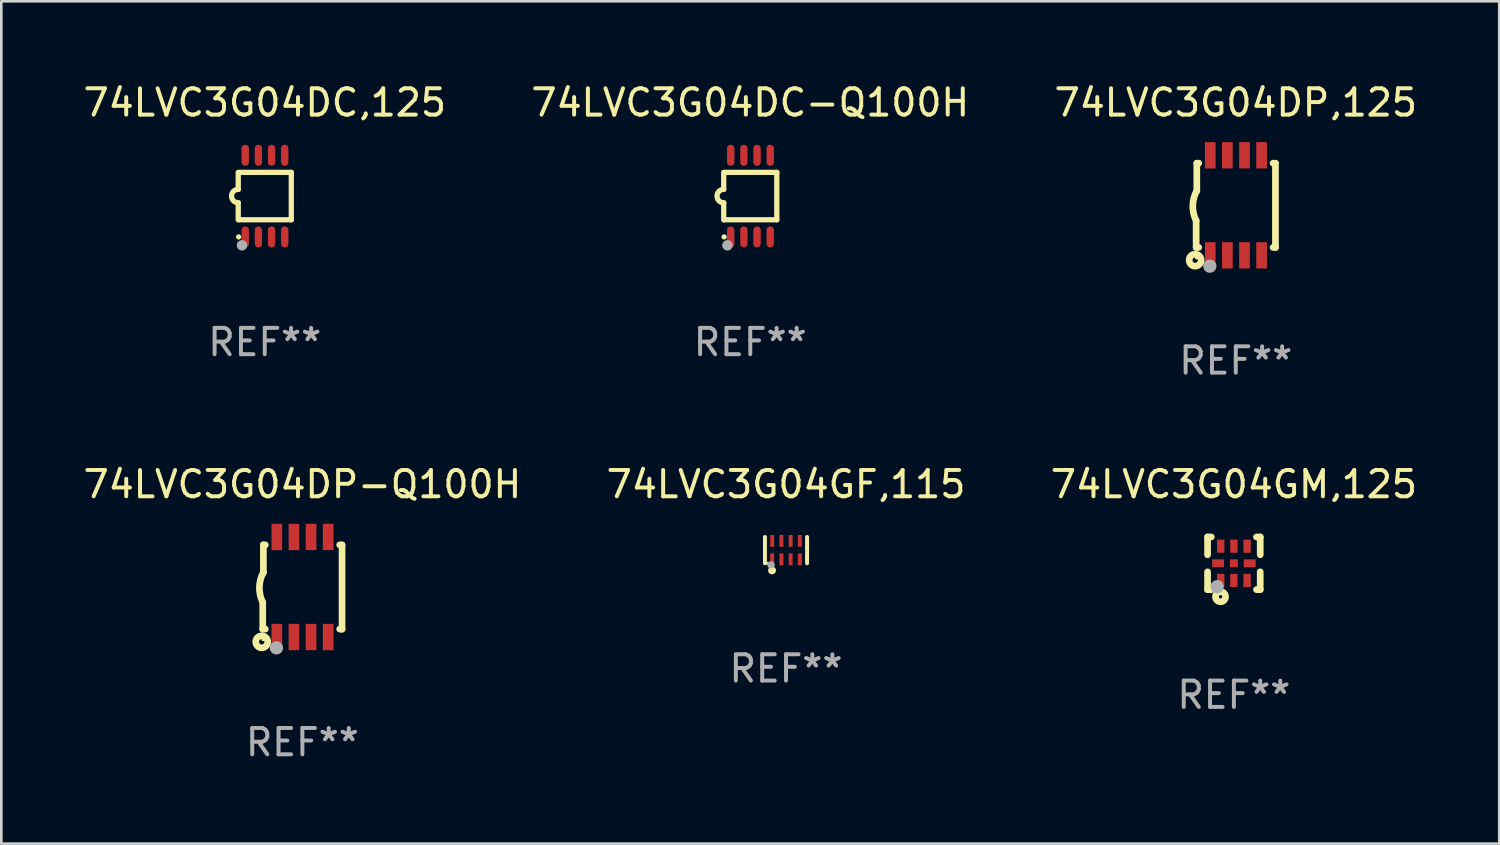
<source format=kicad_pcb>
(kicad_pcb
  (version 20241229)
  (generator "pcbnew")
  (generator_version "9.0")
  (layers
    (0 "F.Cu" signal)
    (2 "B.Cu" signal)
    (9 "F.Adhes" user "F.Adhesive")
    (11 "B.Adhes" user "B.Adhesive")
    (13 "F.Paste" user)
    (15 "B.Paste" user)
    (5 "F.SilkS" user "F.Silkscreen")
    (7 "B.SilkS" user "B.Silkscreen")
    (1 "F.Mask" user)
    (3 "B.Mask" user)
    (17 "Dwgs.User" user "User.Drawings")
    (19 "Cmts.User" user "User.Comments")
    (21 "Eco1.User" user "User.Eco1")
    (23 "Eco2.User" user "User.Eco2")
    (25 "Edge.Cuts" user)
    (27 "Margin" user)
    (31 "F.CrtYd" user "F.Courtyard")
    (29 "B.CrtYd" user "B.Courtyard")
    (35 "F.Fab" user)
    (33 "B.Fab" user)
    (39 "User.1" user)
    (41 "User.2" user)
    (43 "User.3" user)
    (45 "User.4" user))
  (footprint "74LVC3G04DP-Q100H"
    (layer "F.Cu")
    (at 8.435 19.245)
    (property "Reference" "74LVC3G04DP-Q100H" (at 0 -3.9 0) (layer "F.SilkS") (effects (font (size 1 1) (thickness 0.15))))
    (attr through_hole)
    (fp_line (start -1.506 1.6) (end -1.506 0.584) (stroke (width 0.254) (type solid)) (layer "F.SilkS"))
    (fp_line (start -1.506 1.6) (end -1.407 1.6) (stroke (width 0.254) (type solid)) (layer "F.SilkS"))
    (fp_line (start -1.481 -1.599) (end -1.481 -0.549) (stroke (width 0.254) (type solid)) (layer "F.SilkS"))
    (fp_line (start -1.481 -1.599) (end -1.407 -1.599) (stroke (width 0.254) (type solid)) (layer "F.SilkS"))
    (fp_line (start 1.417 -1.599) (end 1.506 -1.599) (stroke (width 0.254) (type solid)) (layer "F.SilkS"))
    (fp_line (start 1.417 1.6) (end 1.506 1.6) (stroke (width 0.254) (type solid)) (layer "F.SilkS"))
    (fp_line (start 1.506 1.603) (end 1.506 -1.595) (stroke (width 0.254) (type solid)) (layer "F.SilkS"))
    (fp_arc (start -1.506223 0.584328) (mid -1.632455 0.00974) (end -1.480823 -0.558674) (stroke (width 0.254001) (type solid)) (layer "F.SilkS"))
    (fp_circle (center -1.544 2.083) (end -1.443 2.083) (stroke (width 0.254) (type solid)) (fill no) (layer "F.SilkS"))
    (fp_circle (center -1.495 2) (end -1.465 2) (stroke (width 0.06) (type solid)) (fill no) (layer "F.SilkS"))
    (fp_circle (center -0.986 2.312) (end -0.859 2.312) (stroke (width 0.254) (type solid)) (fill no) (layer "F.Fab"))
    (fp_text user "REF**" (at 0 5.9 0) (layer "F.Fab") (effects (font (size 1 1) (thickness 0.15))))
    (pad "1" smd rect (at -0.97 1.9 90) (size 1 0.406) (layers "F.Cu" "F.Mask" "F.Paste"))
    (pad "2" smd rect (at -0.32 1.9 90) (size 1 0.406) (layers "F.Cu" "F.Mask" "F.Paste"))
    (pad "3" smd rect (at 0.33 1.9 90) (size 1 0.406) (layers "F.Cu" "F.Mask" "F.Paste"))
    (pad "4" smd rect (at 0.98 1.9 90) (size 1 0.406) (layers "F.Cu" "F.Mask" "F.Paste"))
    (pad "5" smd rect (at 0.98 -1.9 90) (size 1 0.406) (layers "F.Cu" "F.Mask" "F.Paste"))
    (pad "6" smd rect (at 0.33 -1.9 90) (size 1 0.406) (layers "F.Cu" "F.Mask" "F.Paste"))
    (pad "7" smd rect (at -0.32 -1.9 90) (size 1 0.406) (layers "F.Cu" "F.Mask" "F.Paste"))
    (pad "8" smd rect (at -0.97 -1.9 90) (size 1 0.406) (layers "F.Cu" "F.Mask" "F.Paste")))
  (footprint "74LVC3G04GF,115"
    (layer "F.Cu")
    (at 26.804 17.845)
    (property "Reference" "74LVC3G04GF,115" (at 0 -2.5 0) (layer "F.SilkS") (effects (font (size 1 1) (thickness 0.15))))
    (attr through_hole)
    (fp_line (start -0.8 -0.5) (end -0.8 0.5) (stroke (width 0.15) (type solid)) (layer "F.SilkS"))
    (fp_line (start 0.8 -0.5) (end 0.8 0.5) (stroke (width 0.15) (type solid)) (layer "F.SilkS"))
    (fp_circle (center -0.7 0.5) (end -0.67 0.5) (stroke (width 0.06) (type solid)) (fill no) (layer "F.SilkS"))
    (fp_circle (center -0.53 0.77) (end -0.454 0.77) (stroke (width 0.15) (type solid)) (fill no) (layer "F.SilkS"))
    (fp_circle (center -0.57 0.56) (end -0.5 0.56) (stroke (width 0.14) (type solid)) (fill no) (layer "F.Fab"))
    (fp_text user "REF**" (at 0 4.5 0) (layer "F.Fab") (effects (font (size 1 1) (thickness 0.15))))
    (pad "1" smd rect (at -0.525 0.35) (size 0.15 0.45) (layers "F.Cu" "F.Mask" "F.Paste"))
    (pad "2" smd rect (at -0.175 0.35) (size 0.15 0.45) (layers "F.Cu" "F.Mask" "F.Paste"))
    (pad "3" smd rect (at 0.175 0.35) (size 0.15 0.45) (layers "F.Cu" "F.Mask" "F.Paste"))
    (pad "4" smd rect (at 0.525 0.35) (size 0.15 0.45) (layers "F.Cu" "F.Mask" "F.Paste"))
    (pad "5" smd rect (at 0.525 -0.35) (size 0.15 0.45) (layers "F.Cu" "F.Mask" "F.Paste"))
    (pad "6" smd rect (at 0.175 -0.35) (size 0.15 0.45) (layers "F.Cu" "F.Mask" "F.Paste"))
    (pad "7" smd rect (at -0.175 -0.35) (size 0.15 0.45) (layers "F.Cu" "F.Mask" "F.Paste"))
    (pad "8" smd rect (at -0.525 -0.35) (size 0.15 0.45) (layers "F.Cu" "F.Mask" "F.Paste")))
  (footprint "74LVC3G04DP,125"
    (layer "F.Cu")
    (at 43.887 4.748)
    (property "Reference" "74LVC3G04DP,125" (at 0 -3.9 0) (layer "F.SilkS") (effects (font (size 1 1) (thickness 0.15))))
    (attr through_hole)
    (fp_line (start -1.506 1.6) (end -1.506 0.584) (stroke (width 0.254) (type solid)) (layer "F.SilkS"))
    (fp_line (start -1.506 1.6) (end -1.407 1.6) (stroke (width 0.254) (type solid)) (layer "F.SilkS"))
    (fp_line (start -1.481 -1.599) (end -1.481 -0.549) (stroke (width 0.254) (type solid)) (layer "F.SilkS"))
    (fp_line (start -1.481 -1.599) (end -1.407 -1.599) (stroke (width 0.254) (type solid)) (layer "F.SilkS"))
    (fp_line (start 1.417 -1.599) (end 1.506 -1.599) (stroke (width 0.254) (type solid)) (layer "F.SilkS"))
    (fp_line (start 1.417 1.6) (end 1.506 1.6) (stroke (width 0.254) (type solid)) (layer "F.SilkS"))
    (fp_line (start 1.506 1.603) (end 1.506 -1.595) (stroke (width 0.254) (type solid)) (layer "F.SilkS"))
    (fp_arc (start -1.506223 0.584328) (mid -1.632455 0.00974) (end -1.480823 -0.558674) (stroke (width 0.254001) (type solid)) (layer "F.SilkS"))
    (fp_circle (center -1.544 2.083) (end -1.443 2.083) (stroke (width 0.254) (type solid)) (fill no) (layer "F.SilkS"))
    (fp_circle (center -1.495 2) (end -1.465 2) (stroke (width 0.06) (type solid)) (fill no) (layer "F.SilkS"))
    (fp_circle (center -0.986 2.312) (end -0.859 2.312) (stroke (width 0.254) (type solid)) (fill no) (layer "F.Fab"))
    (fp_text user "REF**" (at 0 5.9 0) (layer "F.Fab") (effects (font (size 1 1) (thickness 0.15))))
    (pad "1" smd rect (at -0.97 1.9 90) (size 1 0.406) (layers "F.Cu" "F.Mask" "F.Paste"))
    (pad "2" smd rect (at -0.32 1.9 90) (size 1 0.406) (layers "F.Cu" "F.Mask" "F.Paste"))
    (pad "3" smd rect (at 0.33 1.9 90) (size 1 0.406) (layers "F.Cu" "F.Mask" "F.Paste"))
    (pad "4" smd rect (at 0.98 1.9 90) (size 1 0.406) (layers "F.Cu" "F.Mask" "F.Paste"))
    (pad "5" smd rect (at 0.98 -1.9 90) (size 1 0.406) (layers "F.Cu" "F.Mask" "F.Paste"))
    (pad "6" smd rect (at 0.33 -1.9 90) (size 1 0.406) (layers "F.Cu" "F.Mask" "F.Paste"))
    (pad "7" smd rect (at -0.32 -1.9 90) (size 1 0.406) (layers "F.Cu" "F.Mask" "F.Paste"))
    (pad "8" smd rect (at -0.97 -1.9 90) (size 1 0.406) (layers "F.Cu" "F.Mask" "F.Paste")))
  (footprint "74LVC3G04DC-Q100H"
    (layer "F.Cu")
    (at 25.446 4.398)
    (property "Reference" "74LVC3G04DC-Q100H" (at 0 -3.55 0) (layer "F.SilkS") (effects (font (size 1 1) (thickness 0.15))))
    (attr through_hole)
    (fp_line (start -1.008 -0.254) (end -1.008 -0.9) (stroke (width 0.2) (type solid)) (layer "F.SilkS"))
    (fp_line (start -1.008 0.254) (end -1.008 0.9) (stroke (width 0.2) (type solid)) (layer "F.SilkS"))
    (fp_line (start -0.992 0.9) (end 1.008 0.9) (stroke (width 0.2) (type solid)) (layer "F.SilkS"))
    (fp_line (start 1.008 -0.9) (end -0.992 -0.9) (stroke (width 0.2) (type solid)) (layer "F.SilkS"))
    (fp_line (start 1.008 0.9) (end 1.008 -0.9) (stroke (width 0.2) (type solid)) (layer "F.SilkS"))
    (fp_arc (start -1.008001 0.254001) (mid -1.262002 0) (end -1.008001 -0.254001) (stroke (width 0.2) (type solid)) (layer "F.SilkS"))
    (fp_circle (center -0.992 1.55) (end -0.942 1.55) (stroke (width 0.1) (type solid)) (fill no) (layer "F.SilkS"))
    (fp_circle (center -0.866 1.87) (end -0.766 1.87) (stroke (width 0.2) (type solid)) (fill no) (layer "F.Fab"))
    (fp_text user "REF**" (at 0 5.55 0) (layer "F.Fab") (effects (font (size 1 1) (thickness 0.15))))
    (pad "1" smd oval (at -0.742 1.55 270) (size 0.8 0.28) (layers "F.Cu" "F.Mask" "F.Paste"))
    (pad "2" smd oval (at -0.242 1.55 270) (size 0.8 0.28) (layers "F.Cu" "F.Mask" "F.Paste"))
    (pad "3" smd oval (at 0.258 1.55 270) (size 0.8 0.28) (layers "F.Cu" "F.Mask" "F.Paste"))
    (pad "4" smd oval (at 0.758 1.55 270) (size 0.8 0.28) (layers "F.Cu" "F.Mask" "F.Paste"))
    (pad "5" smd oval (at 0.758 -1.55 270) (size 0.8 0.28) (layers "F.Cu" "F.Mask" "F.Paste"))
    (pad "6" smd oval (at 0.258 -1.55 270) (size 0.8 0.28) (layers "F.Cu" "F.Mask" "F.Paste"))
    (pad "7" smd oval (at -0.242 -1.55 270) (size 0.8 0.28) (layers "F.Cu" "F.Mask" "F.Paste"))
    (pad "8" smd oval (at -0.742 -1.55 270) (size 0.8 0.28) (layers "F.Cu" "F.Mask" "F.Paste")))
  (footprint "74LVC3G04GM,125"
    (layer "F.Cu")
    (at 43.815 18.345)
    (property "Reference" "74LVC3G04GM,125" (at 0 -3 0) (layer "F.SilkS") (effects (font (size 1 1) (thickness 0.15))))
    (attr through_hole)
    (fp_line (start -1 -1) (end -0.858 -1) (stroke (width 0.254) (type solid)) (layer "F.SilkS"))
    (fp_line (start -1 -0.325) (end -1 -1) (stroke (width 0.254) (type solid)) (layer "F.SilkS"))
    (fp_line (start -1 1) (end -1 0.325) (stroke (width 0.254) (type solid)) (layer "F.SilkS"))
    (fp_line (start -0.858 1) (end -1 1) (stroke (width 0.254) (type solid)) (layer "F.SilkS"))
    (fp_line (start 0.858 -1) (end 1 -1) (stroke (width 0.254) (type solid)) (layer "F.SilkS"))
    (fp_line (start 1 -1) (end 1 -0.325) (stroke (width 0.254) (type solid)) (layer "F.SilkS"))
    (fp_line (start 1 0.325) (end 1 1) (stroke (width 0.254) (type solid)) (layer "F.SilkS"))
    (fp_line (start 1 1) (end 0.858 1) (stroke (width 0.254) (type solid)) (layer "F.SilkS"))
    (fp_circle (center -0.8 0.8) (end -0.77 0.8) (stroke (width 0.06) (type solid)) (fill no) (layer "F.SilkS"))
    (fp_circle (center -0.508 1.27) (end -0.444 1.27) (stroke (width 0.254) (type solid)) (fill no) (layer "F.SilkS"))
    (fp_circle (center -0.635 0.889) (end -0.508 0.889) (stroke (width 0.254) (type solid)) (fill no) (layer "F.Fab"))
    (fp_text user "REF**" (at 0 5 0) (layer "F.Fab") (effects (font (size 1 1) (thickness 0.15))))
    (pad "1" smd rect (at -0.5 0.65 90) (size 0.5 0.28) (layers "F.Cu" "F.Mask" "F.Paste"))
    (pad "2" smd rect (at 0.000013 0.65 90) (size 0.5 0.28) (layers "F.Cu" "F.Mask" "F.Paste"))
    (pad "3" smd rect (at 0.5 0.65 90) (size 0.5 0.28) (layers "F.Cu" "F.Mask" "F.Paste"))
    (pad "4" smd rect (at 0.6 0.000076 180) (size 0.45 0.3) (layers "F.Cu" "F.Mask" "F.Paste"))
    (pad "5" smd rect (at 0.5 -0.65 90) (size 0.5 0.28) (layers "F.Cu" "F.Mask" "F.Paste"))
    (pad "6" smd rect (at 0.000013 -0.65 90) (size 0.5 0.28) (layers "F.Cu" "F.Mask" "F.Paste"))
    (pad "7" smd rect (at -0.5 -0.65 90) (size 0.5 0.28) (layers "F.Cu" "F.Mask" "F.Paste"))
    (pad "8" smd rect (at -0.6 0.000076 180) (size 0.45 0.3) (layers "F.Cu" "F.Mask" "F.Paste"))
    (pad "9" smd rect (at 0.000013 0.000076 180) (size 0.3 0.3) (layers "F.Cu" "F.Mask" "F.Paste")))
  (footprint "74LVC3G04DC,125"
    (layer "F.Cu")
    (at 7.006 4.398)
    (property "Reference" "74LVC3G04DC,125" (at 0 -3.55 0) (layer "F.SilkS") (effects (font (size 1 1) (thickness 0.15))))
    (attr through_hole)
    (fp_line (start -1.008 -0.254) (end -1.008 -0.9) (stroke (width 0.2) (type solid)) (layer "F.SilkS"))
    (fp_line (start -1.008 0.254) (end -1.008 0.9) (stroke (width 0.2) (type solid)) (layer "F.SilkS"))
    (fp_line (start -0.992 0.9) (end 1.008 0.9) (stroke (width 0.2) (type solid)) (layer "F.SilkS"))
    (fp_line (start 1.008 -0.9) (end -0.992 -0.9) (stroke (width 0.2) (type solid)) (layer "F.SilkS"))
    (fp_line (start 1.008 0.9) (end 1.008 -0.9) (stroke (width 0.2) (type solid)) (layer "F.SilkS"))
    (fp_arc (start -1.008001 0.254001) (mid -1.262002 0) (end -1.008001 -0.254001) (stroke (width 0.2) (type solid)) (layer "F.SilkS"))
    (fp_circle (center -0.992 1.55) (end -0.942 1.55) (stroke (width 0.1) (type solid)) (fill no) (layer "F.SilkS"))
    (fp_circle (center -0.866 1.87) (end -0.766 1.87) (stroke (width 0.2) (type solid)) (fill no) (layer "F.Fab"))
    (fp_text user "REF**" (at 0 5.55 0) (layer "F.Fab") (effects (font (size 1 1) (thickness 0.15))))
    (pad "1" smd oval (at -0.742 1.55 270) (size 0.8 0.28) (layers "F.Cu" "F.Mask" "F.Paste"))
    (pad "2" smd oval (at -0.242 1.55 270) (size 0.8 0.28) (layers "F.Cu" "F.Mask" "F.Paste"))
    (pad "3" smd oval (at 0.258 1.55 270) (size 0.8 0.28) (layers "F.Cu" "F.Mask" "F.Paste"))
    (pad "4" smd oval (at 0.758 1.55 270) (size 0.8 0.28) (layers "F.Cu" "F.Mask" "F.Paste"))
    (pad "5" smd oval (at 0.758 -1.55 270) (size 0.8 0.28) (layers "F.Cu" "F.Mask" "F.Paste"))
    (pad "6" smd oval (at 0.258 -1.55 270) (size 0.8 0.28) (layers "F.Cu" "F.Mask" "F.Paste"))
    (pad "7" smd oval (at -0.242 -1.55 270) (size 0.8 0.28) (layers "F.Cu" "F.Mask" "F.Paste"))
    (pad "8" smd oval (at -0.742 -1.55 270) (size 0.8 0.28) (layers "F.Cu" "F.Mask" "F.Paste")))
  (gr_rect
    (start -3 -3)
    (end 53.893 28.993)
    (stroke (width 0.1) (type default))
    (fill no)
    (layer "Edge.Cuts")))
</source>
